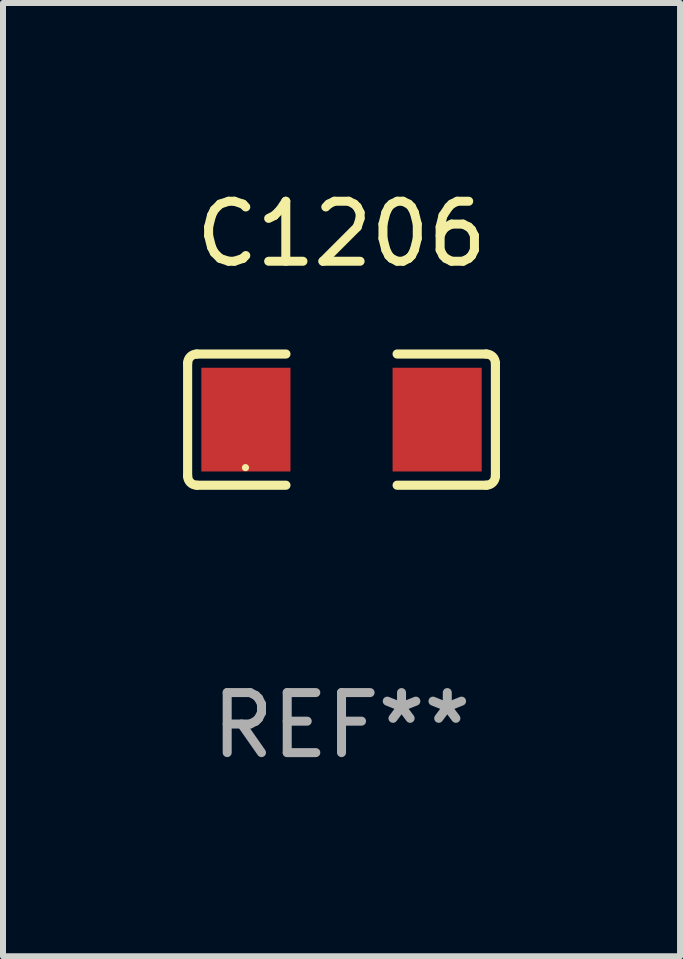
<source format=kicad_pcb>
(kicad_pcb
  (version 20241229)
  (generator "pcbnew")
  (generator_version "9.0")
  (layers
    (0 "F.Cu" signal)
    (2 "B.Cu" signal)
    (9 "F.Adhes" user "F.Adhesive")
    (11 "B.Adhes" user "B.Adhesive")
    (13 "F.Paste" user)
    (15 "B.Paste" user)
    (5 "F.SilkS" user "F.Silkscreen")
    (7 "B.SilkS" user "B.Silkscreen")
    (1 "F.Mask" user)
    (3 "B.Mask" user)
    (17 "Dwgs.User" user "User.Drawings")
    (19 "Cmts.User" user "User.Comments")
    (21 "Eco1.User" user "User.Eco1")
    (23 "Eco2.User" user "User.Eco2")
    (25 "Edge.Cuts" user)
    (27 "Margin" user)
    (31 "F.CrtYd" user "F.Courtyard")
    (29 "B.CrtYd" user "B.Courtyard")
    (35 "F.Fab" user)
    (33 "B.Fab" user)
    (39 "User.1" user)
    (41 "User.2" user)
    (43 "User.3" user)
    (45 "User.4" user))
  (footprint "C1206"
    (layer "F.Cu")
    (at 2.64 3.941)
    (property "Reference" "C1206" (at 0 -3.093 0) (layer "F.SilkS") (effects (font (size 1 1) (thickness 0.15))))
    (attr through_hole)
    (fp_line (start -2.564 0.94) (end -2.564 -0.94) (stroke (width 0.152) (type solid)) (layer "F.SilkS"))
    (fp_line (start -2.411 -1.093) (end -0.926 -1.093) (stroke (width 0.152) (type solid)) (layer "F.SilkS"))
    (fp_line (start -0.926 1.093) (end -2.411 1.093) (stroke (width 0.152) (type solid)) (layer "F.SilkS"))
    (fp_line (start 0.926 1.093) (end 2.411 1.093) (stroke (width 0.152) (type solid)) (layer "F.SilkS"))
    (fp_line (start 2.411 -1.093) (end 0.926 -1.093) (stroke (width 0.152) (type solid)) (layer "F.SilkS"))
    (fp_line (start 2.564 0.94) (end 2.564 -0.94) (stroke (width 0.152) (type solid)) (layer "F.SilkS"))
    (fp_arc (start -2.563602 -0.940208) (mid -2.518965 -1.047972) (end -2.411201 -1.092609) (stroke (width 0.1524) (type solid)) (layer "F.SilkS"))
    (fp_arc (start -2.411201 1.092609) (mid -2.518965 1.047972) (end -2.563602 0.940208) (stroke (width 0.1524) (type solid)) (layer "F.SilkS"))
    (fp_arc (start 2.411201 -1.092609) (mid 2.518965 -1.047972) (end 2.563602 -0.940208) (stroke (width 0.1524) (type solid)) (layer "F.SilkS"))
    (fp_arc (start 2.563602 0.940208) (mid 2.518965 1.047972) (end 2.411201 1.092609) (stroke (width 0.1524) (type solid)) (layer "F.SilkS"))
    (fp_circle (center -1.6 0.8) (end -1.57 0.8) (stroke (width 0.06) (type solid)) (fill no) (layer "F.SilkS"))
    (fp_text user "REF**" (at 0 5.093 0) (layer "F.Fab") (effects (font (size 1 1) (thickness 0.15))))
    (pad "1" smd rect (at -1.593 0) (size 1.485 1.728) (layers "F.Cu" "F.Mask" "F.Paste"))
    (pad "2" smd rect (at 1.593 0) (size 1.485 1.728) (layers "F.Cu" "F.Mask" "F.Paste")))
  (gr_rect
    (start -3 -3)
    (end 8.28 12.882)
    (stroke (width 0.1) (type default))
    (fill no)
    (layer "Edge.Cuts")))
</source>
